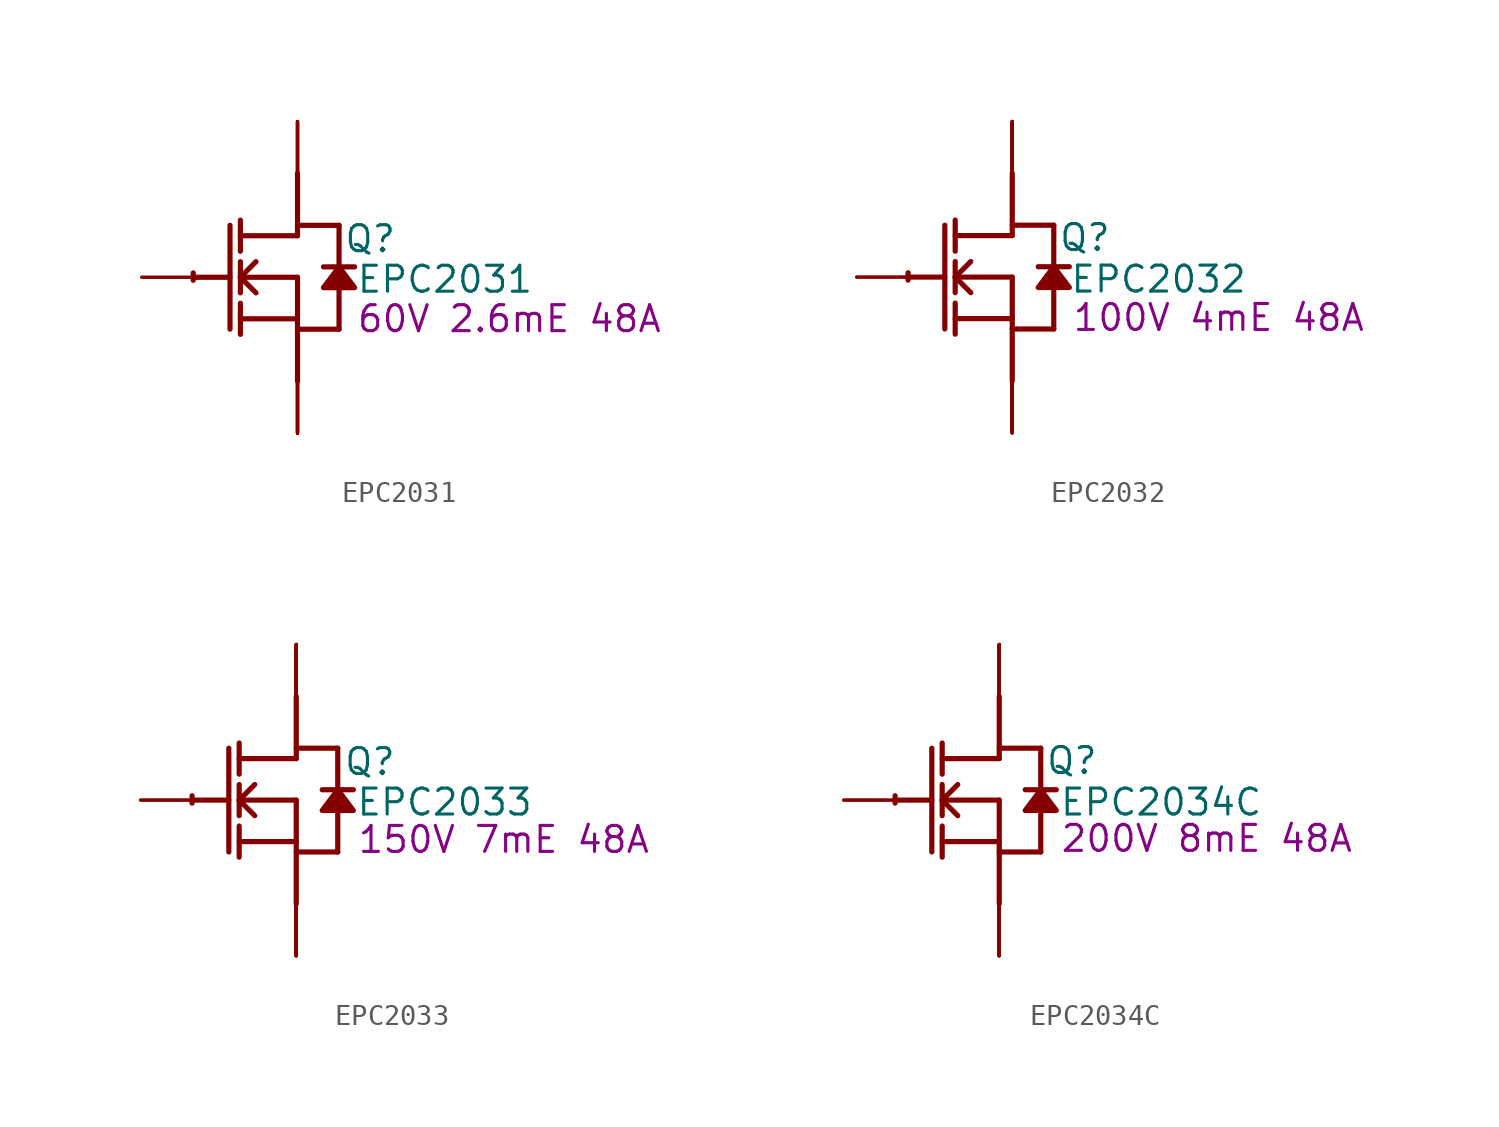
<source format=kicad_sym>
(kicad_symbol_lib
  (version 20231120)
  (generator "kicad_symbol_editor")
  (generator_version "8.0")
  (symbol "EPC2031"
    (property "Reference" "Q"
      (at 3.556 1.88 0)
      (effects (font (size 1.27 1.27))))
    (property "Value" "EPC2031"
      (at 7.214 -0.102 0)
      (effects (font (size 1.27 1.27))))
    (property "Description" "60V 2.6mE 48A"
      (at 10.363 -2.032 0)
      (effects (font (size 1.27 1.27))))
    (symbol "EPC2031_1_0"
      (arc (start -5.0996 0.2128) (mid -5.1039 0.0331) (end -5.1019 -0.1467) (stroke (width 0.254) (type solid)) (fill (type none)))
      (polyline (pts (xy -5.08 0) (xy -3.302 0)) (stroke (width 0.254) (type solid)) (fill (type none)))
      (polyline (pts (xy -3.302 2.54) (xy -3.302 -2.54)) (stroke (width 0.254) (type solid)) (fill (type none)))
      (polyline (pts (xy -2.794 -2.794) (xy -2.794 -1.27)) (stroke (width 0.254) (type solid)) (fill (type none)))
      (polyline (pts (xy -2.794 -2.032) (xy 0 -2.032)) (stroke (width 0.254) (type solid)) (fill (type none)))
      (polyline (pts (xy -2.794 -0.762) (xy -2.794 0.762)) (stroke (width 0.254) (type solid)) (fill (type none)))
      (polyline (pts (xy -2.794 0) (xy -2.032 0.762)) (stroke (width 0.254) (type solid)) (fill (type none)))
      (polyline (pts (xy -2.794 0) (xy 0 0)) (stroke (width 0.254) (type solid)) (fill (type none)))
      (polyline (pts (xy -2.794 1.27) (xy -2.794 2.794)) (stroke (width 0.254) (type solid)) (fill (type none)))
      (polyline (pts (xy -2.032 -0.762) (xy -2.794 0)) (stroke (width 0.254) (type solid)) (fill (type none)))
      (polyline (pts (xy 0 -2.54) (xy 2.032 -2.54)) (stroke (width 0.254) (type solid)) (fill (type none)))
      (polyline (pts (xy 0 0) (xy 0 -5.08)) (stroke (width 0.254) (type solid)) (fill (type none)))
      (polyline (pts (xy 0 2.032) (xy -2.794 2.032)) (stroke (width 0.254) (type solid)) (fill (type none)))
      (polyline (pts (xy 0 2.032) (xy 0 5.08)) (stroke (width 0.254) (type solid)) (fill (type none)))
      (polyline (pts (xy 0 2.54) (xy 2.032 2.54)) (stroke (width 0.254) (type solid)) (fill (type none)))
      (polyline (pts (xy 2.032 -0.508) (xy 2.032 -2.54)) (stroke (width 0.254) (type solid)) (fill (type none)))
      (polyline (pts (xy 2.032 2.54) (xy 2.032 0.508)) (stroke (width 0.254) (type solid)) (fill (type none)))
      (polyline (pts (xy 2.794 0.508) (xy 1.27 0.508)) (stroke (width 0.254) (type solid)) (fill (type none)))
      (polyline (pts (xy 2.032 0.508) (xy 1.27 -0.508) (xy 2.794 -0.508) (xy 2.032 0.508)) (stroke (width 0.254) (type solid)) (fill (type outline)))
      (pin passive line (at -7.62 0 0) (length 2.54) (name "G" (effects (font (size 0 0)))) (number "1" (effects (font (size 0 0)))))
      (pin open_emitter line (at 0 -7.62 90) (length 2.54) (name "S3" (effects (font (size 0 0)))) (number "10" (effects (font (size 0 0)))))
      (pin open_emitter line (at 0 -7.62 90) (length 2.54) (name "S4" (effects (font (size 0 0)))) (number "11" (effects (font (size 0 0)))))
      (pin open_emitter line (at 0 -7.62 90) (length 2.54) (name "Sub" (effects (font (size 0 0)))) (number "12" (effects (font (size 0 0)))))
      (pin open_emitter line (at 0 -7.62 90) (length 2.54) (name "S5" (effects (font (size 0 0)))) (number "13" (effects (font (size 0 0)))))
      (pin open_emitter line (at 0 -7.62 90) (length 2.54) (name "S6" (effects (font (size 0 0)))) (number "14" (effects (font (size 0 0)))))
      (pin open_collector line (at 0 7.62 270) (length 2.54) (name "D6" (effects (font (size 0 0)))) (number "15" (effects (font (size 0 0)))))
      (pin open_collector line (at 0 7.62 270) (length 2.54) (name "D7" (effects (font (size 0 0)))) (number "16" (effects (font (size 0 0)))))
      (pin open_collector line (at 0 7.62 270) (length 2.54) (name "D8" (effects (font (size 0 0)))) (number "17" (effects (font (size 0 0)))))
      (pin open_collector line (at 0 7.62 270) (length 2.54) (name "D9" (effects (font (size 0 0)))) (number "18" (effects (font (size 0 0)))))
      (pin open_collector line (at 0 7.62 270) (length 2.54) (name "D10" (effects (font (size 0 0)))) (number "19" (effects (font (size 0 0)))))
      (pin passive line (at -7.62 0 0) (length 2.54) (name "G" (effects (font (size 0 0)))) (number "2" (effects (font (size 0 0)))))
      (pin open_emitter line (at 0 -7.62 90) (length 2.54) (name "S7" (effects (font (size 0 0)))) (number "20" (effects (font (size 0 0)))))
      (pin open_emitter line (at 0 -7.62 90) (length 2.54) (name "S8" (effects (font (size 0 0)))) (number "21" (effects (font (size 0 0)))))
      (pin open_emitter line (at 0 -7.62 90) (length 2.54) (name "S9" (effects (font (size 0 0)))) (number "22" (effects (font (size 0 0)))))
      (pin open_emitter line (at 0 -7.62 90) (length 2.54) (name "S10" (effects (font (size 0 0)))) (number "23" (effects (font (size 0 0)))))
      (pin open_emitter line (at 0 -7.62 90) (length 2.54) (name "S11" (effects (font (size 0 0)))) (number "24" (effects (font (size 0 0)))))
      (pin open_emitter line (at 0 -7.62 90) (length 2.54) (name "S1" (effects (font (size 0 0)))) (number "3" (effects (font (size 0 0)))))
      (pin open_emitter line (at 0 -7.62 90) (length 2.54) (name "S2" (effects (font (size 0 0)))) (number "4" (effects (font (size 0 0)))))
      (pin open_collector line (at 0 7.62 270) (length 2.54) (name "D1" (effects (font (size 0 0)))) (number "5" (effects (font (size 0 0)))))
      (pin open_collector line (at 0 7.62 270) (length 2.54) (name "D2" (effects (font (size 0 0)))) (number "6" (effects (font (size 0 0)))))
      (pin open_collector line (at 0 7.62 270) (length 2.54) (name "D3" (effects (font (size 0 0)))) (number "7" (effects (font (size 0 0)))))
      (pin open_collector line (at 0 7.62 270) (length 2.54) (name "D4" (effects (font (size 0 0)))) (number "8" (effects (font (size 0 0)))))
      (pin open_collector line (at 0 7.62 270) (length 2.54) (name "D5" (effects (font (size 0 0)))) (number "9" (effects (font (size 0 0)))))))
  (symbol "EPC2032"
    (property "Reference" "Q"
      (at 3.556 1.93 0)
      (effects (font (size 1.27 1.27))))
    (property "Value" "EPC2032"
      (at 7.163 -0.102 0)
      (effects (font (size 1.27 1.27))))
    (property "Description" "100V 4mE 48A"
      (at 10.109 -1.981 0)
      (effects (font (size 1.27 1.27))))
    (symbol "EPC2032_1_0"
      (arc (start -5.0996 0.2128) (mid -5.1039 0.0331) (end -5.1019 -0.1467) (stroke (width 0.254) (type solid)) (fill (type none)))
      (polyline (pts (xy -5.08 0) (xy -3.302 0)) (stroke (width 0.254) (type solid)) (fill (type none)))
      (polyline (pts (xy -3.302 2.54) (xy -3.302 -2.54)) (stroke (width 0.254) (type solid)) (fill (type none)))
      (polyline (pts (xy -2.794 -2.794) (xy -2.794 -1.27)) (stroke (width 0.254) (type solid)) (fill (type none)))
      (polyline (pts (xy -2.794 -2.032) (xy 0 -2.032)) (stroke (width 0.254) (type solid)) (fill (type none)))
      (polyline (pts (xy -2.794 -0.762) (xy -2.794 0.762)) (stroke (width 0.254) (type solid)) (fill (type none)))
      (polyline (pts (xy -2.794 0) (xy -2.032 0.762)) (stroke (width 0.254) (type solid)) (fill (type none)))
      (polyline (pts (xy -2.794 0) (xy 0 0)) (stroke (width 0.254) (type solid)) (fill (type none)))
      (polyline (pts (xy -2.794 1.27) (xy -2.794 2.794)) (stroke (width 0.254) (type solid)) (fill (type none)))
      (polyline (pts (xy -2.032 -0.762) (xy -2.794 0)) (stroke (width 0.254) (type solid)) (fill (type none)))
      (polyline (pts (xy 0 -2.54) (xy 2.032 -2.54)) (stroke (width 0.254) (type solid)) (fill (type none)))
      (polyline (pts (xy 0 0) (xy 0 -5.08)) (stroke (width 0.254) (type solid)) (fill (type none)))
      (polyline (pts (xy 0 2.032) (xy -2.794 2.032)) (stroke (width 0.254) (type solid)) (fill (type none)))
      (polyline (pts (xy 0 2.032) (xy 0 5.08)) (stroke (width 0.254) (type solid)) (fill (type none)))
      (polyline (pts (xy 0 2.54) (xy 2.032 2.54)) (stroke (width 0.254) (type solid)) (fill (type none)))
      (polyline (pts (xy 2.032 -0.508) (xy 2.032 -2.54)) (stroke (width 0.254) (type solid)) (fill (type none)))
      (polyline (pts (xy 2.032 2.54) (xy 2.032 0.508)) (stroke (width 0.254) (type solid)) (fill (type none)))
      (polyline (pts (xy 2.794 0.508) (xy 1.27 0.508)) (stroke (width 0.254) (type solid)) (fill (type none)))
      (polyline (pts (xy 2.032 0.508) (xy 1.27 -0.508) (xy 2.794 -0.508) (xy 2.032 0.508)) (stroke (width 0.254) (type solid)) (fill (type outline)))
      (pin passive line (at -7.62 0 0) (length 2.54) (name "G" (effects (font (size 0 0)))) (number "1" (effects (font (size 0 0)))))
      (pin open_emitter line (at 0 -7.62 90) (length 2.54) (name "S3" (effects (font (size 0 0)))) (number "10" (effects (font (size 0 0)))))
      (pin open_emitter line (at 0 -7.62 90) (length 2.54) (name "S4" (effects (font (size 0 0)))) (number "11" (effects (font (size 0 0)))))
      (pin open_emitter line (at 0 -7.62 90) (length 2.54) (name "Sub" (effects (font (size 0 0)))) (number "12" (effects (font (size 0 0)))))
      (pin open_emitter line (at 0 -7.62 90) (length 2.54) (name "S5" (effects (font (size 0 0)))) (number "13" (effects (font (size 0 0)))))
      (pin open_emitter line (at 0 -7.62 90) (length 2.54) (name "S6" (effects (font (size 0 0)))) (number "14" (effects (font (size 0 0)))))
      (pin open_collector line (at 0 7.62 270) (length 2.54) (name "D6" (effects (font (size 0 0)))) (number "15" (effects (font (size 0 0)))))
      (pin open_collector line (at 0 7.62 270) (length 2.54) (name "D7" (effects (font (size 0 0)))) (number "16" (effects (font (size 0 0)))))
      (pin open_collector line (at 0 7.62 270) (length 2.54) (name "D8" (effects (font (size 0 0)))) (number "17" (effects (font (size 0 0)))))
      (pin open_collector line (at 0 7.62 270) (length 2.54) (name "D9" (effects (font (size 0 0)))) (number "18" (effects (font (size 0 0)))))
      (pin open_collector line (at 0 7.62 270) (length 2.54) (name "D10" (effects (font (size 0 0)))) (number "19" (effects (font (size 0 0)))))
      (pin passive line (at -7.62 0 0) (length 2.54) (name "G" (effects (font (size 0 0)))) (number "2" (effects (font (size 0 0)))))
      (pin open_emitter line (at 0 -7.62 90) (length 2.54) (name "S7" (effects (font (size 0 0)))) (number "20" (effects (font (size 0 0)))))
      (pin open_emitter line (at 0 -7.62 90) (length 2.54) (name "S8" (effects (font (size 0 0)))) (number "21" (effects (font (size 0 0)))))
      (pin open_emitter line (at 0 -7.62 90) (length 2.54) (name "S9" (effects (font (size 0 0)))) (number "22" (effects (font (size 0 0)))))
      (pin open_emitter line (at 0 -7.62 90) (length 2.54) (name "S10" (effects (font (size 0 0)))) (number "23" (effects (font (size 0 0)))))
      (pin open_emitter line (at 0 -7.62 90) (length 2.54) (name "S11" (effects (font (size 0 0)))) (number "24" (effects (font (size 0 0)))))
      (pin open_emitter line (at 0 -7.62 90) (length 2.54) (name "S1" (effects (font (size 0 0)))) (number "3" (effects (font (size 0 0)))))
      (pin open_emitter line (at 0 -7.62 90) (length 2.54) (name "S2" (effects (font (size 0 0)))) (number "4" (effects (font (size 0 0)))))
      (pin open_collector line (at 0 7.62 270) (length 2.54) (name "D1" (effects (font (size 0 0)))) (number "5" (effects (font (size 0 0)))))
      (pin open_collector line (at 0 7.62 270) (length 2.54) (name "D2" (effects (font (size 0 0)))) (number "6" (effects (font (size 0 0)))))
      (pin open_collector line (at 0 7.62 270) (length 2.54) (name "D3" (effects (font (size 0 0)))) (number "7" (effects (font (size 0 0)))))
      (pin open_collector line (at 0 7.62 270) (length 2.54) (name "D4" (effects (font (size 0 0)))) (number "8" (effects (font (size 0 0)))))
      (pin open_collector line (at 0 7.62 270) (length 2.54) (name "D5" (effects (font (size 0 0)))) (number "9" (effects (font (size 0 0)))))))
  (symbol "EPC2033"
    (property "Reference" "Q"
      (at 3.607 1.88 0)
      (effects (font (size 1.27 1.27))))
    (property "Value" "EPC2033"
      (at 7.264 -0.102 0)
      (effects (font (size 1.27 1.27))))
    (property "Description" "150V 7mE 48A"
      (at 10.16 -1.93 0)
      (effects (font (size 1.27 1.27))))
    (symbol "EPC2033_1_0"
      (arc (start -5.0996 0.2128) (mid -5.1039 0.0331) (end -5.1019 -0.1467) (stroke (width 0.254) (type solid)) (fill (type none)))
      (polyline (pts (xy -5.08 0) (xy -3.302 0)) (stroke (width 0.254) (type solid)) (fill (type none)))
      (polyline (pts (xy -3.302 2.54) (xy -3.302 -2.54)) (stroke (width 0.254) (type solid)) (fill (type none)))
      (polyline (pts (xy -2.794 -2.794) (xy -2.794 -1.27)) (stroke (width 0.254) (type solid)) (fill (type none)))
      (polyline (pts (xy -2.794 -2.032) (xy 0 -2.032)) (stroke (width 0.254) (type solid)) (fill (type none)))
      (polyline (pts (xy -2.794 -0.762) (xy -2.794 0.762)) (stroke (width 0.254) (type solid)) (fill (type none)))
      (polyline (pts (xy -2.794 0) (xy -2.032 0.762)) (stroke (width 0.254) (type solid)) (fill (type none)))
      (polyline (pts (xy -2.794 0) (xy 0 0)) (stroke (width 0.254) (type solid)) (fill (type none)))
      (polyline (pts (xy -2.794 1.27) (xy -2.794 2.794)) (stroke (width 0.254) (type solid)) (fill (type none)))
      (polyline (pts (xy -2.032 -0.762) (xy -2.794 0)) (stroke (width 0.254) (type solid)) (fill (type none)))
      (polyline (pts (xy 0 -2.54) (xy 2.032 -2.54)) (stroke (width 0.254) (type solid)) (fill (type none)))
      (polyline (pts (xy 0 0) (xy 0 -5.08)) (stroke (width 0.254) (type solid)) (fill (type none)))
      (polyline (pts (xy 0 2.032) (xy -2.794 2.032)) (stroke (width 0.254) (type solid)) (fill (type none)))
      (polyline (pts (xy 0 2.032) (xy 0 5.08)) (stroke (width 0.254) (type solid)) (fill (type none)))
      (polyline (pts (xy 0 2.54) (xy 2.032 2.54)) (stroke (width 0.254) (type solid)) (fill (type none)))
      (polyline (pts (xy 2.032 -0.508) (xy 2.032 -2.54)) (stroke (width 0.254) (type solid)) (fill (type none)))
      (polyline (pts (xy 2.032 2.54) (xy 2.032 0.508)) (stroke (width 0.254) (type solid)) (fill (type none)))
      (polyline (pts (xy 2.794 0.508) (xy 1.27 0.508)) (stroke (width 0.254) (type solid)) (fill (type none)))
      (polyline (pts (xy 2.032 0.508) (xy 1.27 -0.508) (xy 2.794 -0.508) (xy 2.032 0.508)) (stroke (width 0.254) (type solid)) (fill (type outline)))
      (pin passive line (at -7.62 0 0) (length 2.54) (name "G" (effects (font (size 0 0)))) (number "1" (effects (font (size 0 0)))))
      (pin open_emitter line (at 0 -7.62 90) (length 2.54) (name "S3" (effects (font (size 0 0)))) (number "10" (effects (font (size 0 0)))))
      (pin open_emitter line (at 0 -7.62 90) (length 2.54) (name "S4" (effects (font (size 0 0)))) (number "11" (effects (font (size 0 0)))))
      (pin open_emitter line (at 0 -7.62 90) (length 2.54) (name "Sub" (effects (font (size 0 0)))) (number "12" (effects (font (size 0 0)))))
      (pin open_emitter line (at 0 -7.62 90) (length 2.54) (name "S5" (effects (font (size 0 0)))) (number "13" (effects (font (size 0 0)))))
      (pin open_emitter line (at 0 -7.62 90) (length 2.54) (name "S6" (effects (font (size 0 0)))) (number "14" (effects (font (size 0 0)))))
      (pin open_collector line (at 0 7.62 270) (length 2.54) (name "D6" (effects (font (size 0 0)))) (number "15" (effects (font (size 0 0)))))
      (pin open_collector line (at 0 7.62 270) (length 2.54) (name "D7" (effects (font (size 0 0)))) (number "16" (effects (font (size 0 0)))))
      (pin open_collector line (at 0 7.62 270) (length 2.54) (name "D8" (effects (font (size 0 0)))) (number "17" (effects (font (size 0 0)))))
      (pin open_collector line (at 0 7.62 270) (length 2.54) (name "D9" (effects (font (size 0 0)))) (number "18" (effects (font (size 0 0)))))
      (pin open_collector line (at 0 7.62 270) (length 2.54) (name "D10" (effects (font (size 0 0)))) (number "19" (effects (font (size 0 0)))))
      (pin passive line (at -7.62 0 0) (length 2.54) (name "G" (effects (font (size 0 0)))) (number "2" (effects (font (size 0 0)))))
      (pin open_emitter line (at 0 -7.62 90) (length 2.54) (name "S7" (effects (font (size 0 0)))) (number "20" (effects (font (size 0 0)))))
      (pin open_emitter line (at 0 -7.62 90) (length 2.54) (name "S8" (effects (font (size 0 0)))) (number "21" (effects (font (size 0 0)))))
      (pin open_emitter line (at 0 -7.62 90) (length 2.54) (name "S9" (effects (font (size 0 0)))) (number "22" (effects (font (size 0 0)))))
      (pin open_emitter line (at 0 -7.62 90) (length 2.54) (name "S10" (effects (font (size 0 0)))) (number "23" (effects (font (size 0 0)))))
      (pin open_emitter line (at 0 -7.62 90) (length 2.54) (name "S11" (effects (font (size 0 0)))) (number "24" (effects (font (size 0 0)))))
      (pin open_emitter line (at 0 -7.62 90) (length 2.54) (name "S1" (effects (font (size 0 0)))) (number "3" (effects (font (size 0 0)))))
      (pin open_emitter line (at 0 -7.62 90) (length 2.54) (name "S2" (effects (font (size 0 0)))) (number "4" (effects (font (size 0 0)))))
      (pin open_collector line (at 0 7.62 270) (length 2.54) (name "D1" (effects (font (size 0 0)))) (number "5" (effects (font (size 0 0)))))
      (pin open_collector line (at 0 7.62 270) (length 2.54) (name "D2" (effects (font (size 0 0)))) (number "6" (effects (font (size 0 0)))))
      (pin open_collector line (at 0 7.62 270) (length 2.54) (name "D3" (effects (font (size 0 0)))) (number "7" (effects (font (size 0 0)))))
      (pin open_collector line (at 0 7.62 270) (length 2.54) (name "D4" (effects (font (size 0 0)))) (number "8" (effects (font (size 0 0)))))
      (pin open_collector line (at 0 7.62 270) (length 2.54) (name "D5" (effects (font (size 0 0)))) (number "9" (effects (font (size 0 0)))))))
  (symbol "EPC2034C"
    (property "Reference" "Q"
      (at 3.556 1.93 0)
      (effects (font (size 1.27 1.27))))
    (property "Value" "EPC2034C"
      (at 7.925 -0.102 0)
      (effects (font (size 1.27 1.27))))
    (property "Description" "200V 8mE 48A"
      (at 10.16 -1.88 0)
      (effects (font (size 1.27 1.27))))
    (symbol "EPC2034C_1_0"
      (arc (start -5.0996 0.2128) (mid -5.1039 0.0331) (end -5.1019 -0.1467) (stroke (width 0.254) (type solid)) (fill (type none)))
      (polyline (pts (xy -5.08 0) (xy -3.302 0)) (stroke (width 0.254) (type solid)) (fill (type none)))
      (polyline (pts (xy -3.302 2.54) (xy -3.302 -2.54)) (stroke (width 0.254) (type solid)) (fill (type none)))
      (polyline (pts (xy -2.794 -2.794) (xy -2.794 -1.27)) (stroke (width 0.254) (type solid)) (fill (type none)))
      (polyline (pts (xy -2.794 -2.032) (xy 0 -2.032)) (stroke (width 0.254) (type solid)) (fill (type none)))
      (polyline (pts (xy -2.794 -0.762) (xy -2.794 0.762)) (stroke (width 0.254) (type solid)) (fill (type none)))
      (polyline (pts (xy -2.794 0) (xy -2.032 0.762)) (stroke (width 0.254) (type solid)) (fill (type none)))
      (polyline (pts (xy -2.794 0) (xy 0 0)) (stroke (width 0.254) (type solid)) (fill (type none)))
      (polyline (pts (xy -2.794 1.27) (xy -2.794 2.794)) (stroke (width 0.254) (type solid)) (fill (type none)))
      (polyline (pts (xy -2.032 -0.762) (xy -2.794 0)) (stroke (width 0.254) (type solid)) (fill (type none)))
      (polyline (pts (xy 0 -2.54) (xy 2.032 -2.54)) (stroke (width 0.254) (type solid)) (fill (type none)))
      (polyline (pts (xy 0 0) (xy 0 -5.08)) (stroke (width 0.254) (type solid)) (fill (type none)))
      (polyline (pts (xy 0 2.032) (xy -2.794 2.032)) (stroke (width 0.254) (type solid)) (fill (type none)))
      (polyline (pts (xy 0 2.032) (xy 0 5.08)) (stroke (width 0.254) (type solid)) (fill (type none)))
      (polyline (pts (xy 0 2.54) (xy 2.032 2.54)) (stroke (width 0.254) (type solid)) (fill (type none)))
      (polyline (pts (xy 2.032 -0.508) (xy 2.032 -2.54)) (stroke (width 0.254) (type solid)) (fill (type none)))
      (polyline (pts (xy 2.032 2.54) (xy 2.032 0.508)) (stroke (width 0.254) (type solid)) (fill (type none)))
      (polyline (pts (xy 2.794 0.508) (xy 1.27 0.508)) (stroke (width 0.254) (type solid)) (fill (type none)))
      (polyline (pts (xy 2.032 0.508) (xy 1.27 -0.508) (xy 2.794 -0.508) (xy 2.032 0.508)) (stroke (width 0.254) (type solid)) (fill (type outline)))
      (pin passive line (at -7.62 0 0) (length 2.54) (name "G" (effects (font (size 0 0)))) (number "1" (effects (font (size 0 0)))))
      (pin open_emitter line (at 0 -7.62 90) (length 2.54) (name "S3" (effects (font (size 0 0)))) (number "10" (effects (font (size 0 0)))))
      (pin open_emitter line (at 0 -7.62 90) (length 2.54) (name "S4" (effects (font (size 0 0)))) (number "11" (effects (font (size 0 0)))))
      (pin open_emitter line (at 0 -7.62 90) (length 2.54) (name "Sub" (effects (font (size 0 0)))) (number "12" (effects (font (size 0 0)))))
      (pin open_emitter line (at 0 -7.62 90) (length 2.54) (name "S5" (effects (font (size 0 0)))) (number "13" (effects (font (size 0 0)))))
      (pin open_emitter line (at 0 -7.62 90) (length 2.54) (name "S6" (effects (font (size 0 0)))) (number "14" (effects (font (size 0 0)))))
      (pin open_collector line (at 0 7.62 270) (length 2.54) (name "D6" (effects (font (size 0 0)))) (number "15" (effects (font (size 0 0)))))
      (pin open_collector line (at 0 7.62 270) (length 2.54) (name "D7" (effects (font (size 0 0)))) (number "16" (effects (font (size 0 0)))))
      (pin open_collector line (at 0 7.62 270) (length 2.54) (name "D8" (effects (font (size 0 0)))) (number "17" (effects (font (size 0 0)))))
      (pin open_collector line (at 0 7.62 270) (length 2.54) (name "D9" (effects (font (size 0 0)))) (number "18" (effects (font (size 0 0)))))
      (pin open_collector line (at 0 7.62 270) (length 2.54) (name "D10" (effects (font (size 0 0)))) (number "19" (effects (font (size 0 0)))))
      (pin passive line (at -7.62 0 0) (length 2.54) (name "G" (effects (font (size 0 0)))) (number "2" (effects (font (size 0 0)))))
      (pin open_emitter line (at 0 -7.62 90) (length 2.54) (name "S7" (effects (font (size 0 0)))) (number "20" (effects (font (size 0 0)))))
      (pin open_emitter line (at 0 -7.62 90) (length 2.54) (name "S8" (effects (font (size 0 0)))) (number "21" (effects (font (size 0 0)))))
      (pin open_emitter line (at 0 -7.62 90) (length 2.54) (name "S9" (effects (font (size 0 0)))) (number "22" (effects (font (size 0 0)))))
      (pin open_emitter line (at 0 -7.62 90) (length 2.54) (name "S10" (effects (font (size 0 0)))) (number "23" (effects (font (size 0 0)))))
      (pin open_emitter line (at 0 -7.62 90) (length 2.54) (name "S11" (effects (font (size 0 0)))) (number "24" (effects (font (size 0 0)))))
      (pin open_emitter line (at 0 -7.62 90) (length 2.54) (name "S1" (effects (font (size 0 0)))) (number "3" (effects (font (size 0 0)))))
      (pin open_emitter line (at 0 -7.62 90) (length 2.54) (name "S2" (effects (font (size 0 0)))) (number "4" (effects (font (size 0 0)))))
      (pin open_collector line (at 0 7.62 270) (length 2.54) (name "D1" (effects (font (size 0 0)))) (number "5" (effects (font (size 0 0)))))
      (pin open_collector line (at 0 7.62 270) (length 2.54) (name "D2" (effects (font (size 0 0)))) (number "6" (effects (font (size 0 0)))))
      (pin open_collector line (at 0 7.62 270) (length 2.54) (name "D3" (effects (font (size 0 0)))) (number "7" (effects (font (size 0 0)))))
      (pin open_collector line (at 0 7.62 270) (length 2.54) (name "D4" (effects (font (size 0 0)))) (number "8" (effects (font (size 0 0)))))
      (pin open_collector line (at 0 7.62 270) (length 2.54) (name "D5" (effects (font (size 0 0)))) (number "9" (effects (font (size 0 0))))))))
</source>
